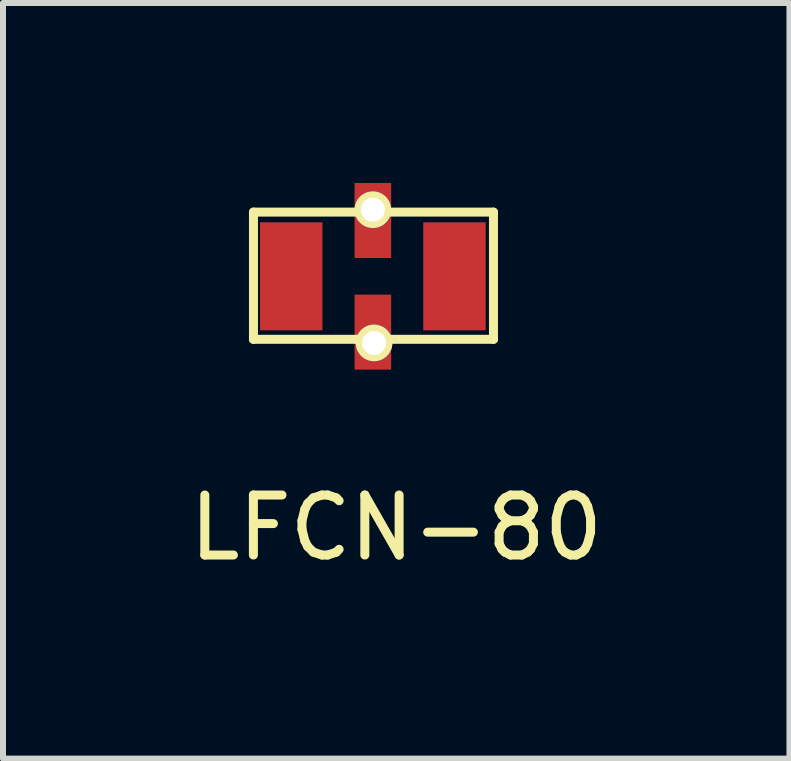
<source format=kicad_pcb>
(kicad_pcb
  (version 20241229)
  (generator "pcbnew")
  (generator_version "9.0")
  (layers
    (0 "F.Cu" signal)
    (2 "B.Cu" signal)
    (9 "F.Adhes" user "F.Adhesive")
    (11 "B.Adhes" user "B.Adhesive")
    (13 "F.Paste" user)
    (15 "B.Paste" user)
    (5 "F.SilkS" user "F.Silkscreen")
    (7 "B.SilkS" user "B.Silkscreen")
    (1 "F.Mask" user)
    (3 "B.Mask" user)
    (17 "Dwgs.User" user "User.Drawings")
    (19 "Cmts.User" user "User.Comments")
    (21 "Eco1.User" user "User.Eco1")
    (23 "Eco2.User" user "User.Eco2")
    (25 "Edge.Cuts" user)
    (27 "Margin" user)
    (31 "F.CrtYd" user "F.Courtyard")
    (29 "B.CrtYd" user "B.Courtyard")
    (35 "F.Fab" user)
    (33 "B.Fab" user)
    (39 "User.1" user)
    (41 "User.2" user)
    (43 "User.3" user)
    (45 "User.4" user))
  (footprint "LFCN-80"
    (layer "F.Cu")
    (at 3.164 1.555)
    (property "Reference" "LFCN-80" (at 0.39 4.19 0) (layer "F.SilkS") (effects (font (size 1 1) (thickness 0.15))))
    (attr through_hole)
    (fp_line (start -1.99 -1.07) (end 2.01 -1.07) (stroke (width 0.15) (type solid)) (layer "F.SilkS"))
    (fp_line (start -1.99 1.05) (end -1.99 -1.07) (stroke (width 0.15) (type solid)) (layer "F.SilkS"))
    (fp_line (start 2.01 -1.07) (end 2.01 1.05) (stroke (width 0.15) (type solid)) (layer "F.SilkS"))
    (fp_line (start 2.01 1.05) (end -1.99 1.05) (stroke (width 0.15) (type solid)) (layer "F.SilkS"))
    (pad "1" smd rect (at -1.36 0) (size 1.04 1.8) (layers "F.Cu" "F.Mask" "F.Paste"))
    (pad "2" smd rect (at 0 0.93) (size 0.61 1.25) (layers "F.Cu" "F.Mask" "F.Paste"))
    (pad "2" thru_hole circle (at 0.02 1.11) (size 0.61 0.61) (drill 0.4) (layers "*.Cu" "*.Mask" "F.SilkS"))
    (pad "3" smd rect (at 1.36 0) (size 1.04 1.8) (layers "F.Cu" "F.Mask" "F.Paste"))
    (pad "4" thru_hole circle (at 0 -1.11) (size 0.61 0.61) (drill 0.4) (layers "*.Cu" "*.Mask" "F.SilkS"))
    (pad "4" smd rect (at 0 -0.93) (size 0.61 1.25) (layers "F.Cu" "F.Mask" "F.Paste")))
  (gr_rect
    (start -3 -3)
    (end 10.107 9.593)
    (stroke (width 0.1) (type default))
    (fill no)
    (layer "Edge.Cuts")))
</source>
